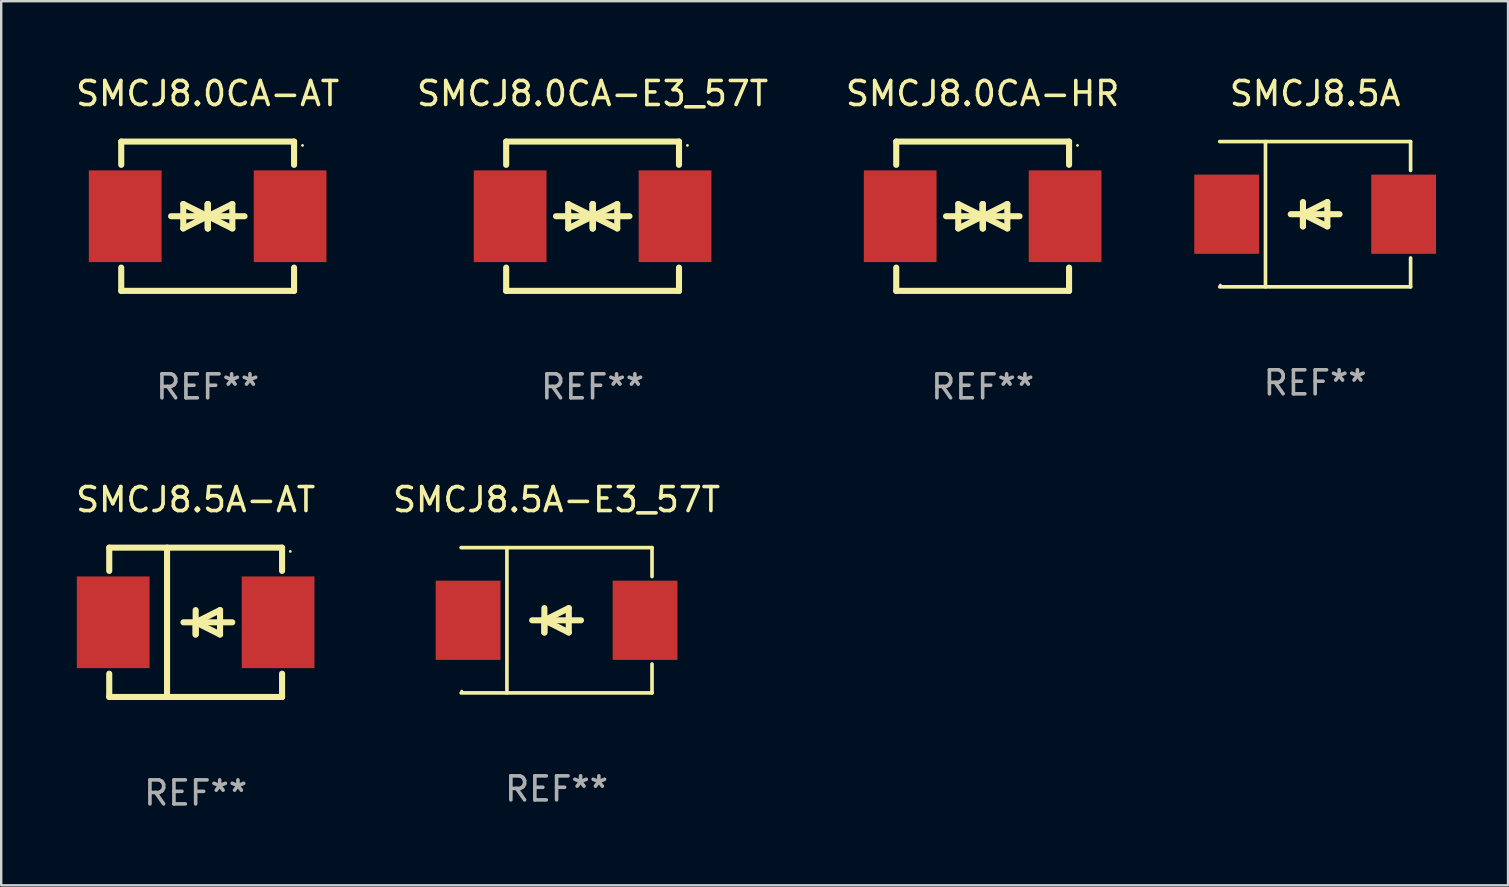
<source format=kicad_pcb>
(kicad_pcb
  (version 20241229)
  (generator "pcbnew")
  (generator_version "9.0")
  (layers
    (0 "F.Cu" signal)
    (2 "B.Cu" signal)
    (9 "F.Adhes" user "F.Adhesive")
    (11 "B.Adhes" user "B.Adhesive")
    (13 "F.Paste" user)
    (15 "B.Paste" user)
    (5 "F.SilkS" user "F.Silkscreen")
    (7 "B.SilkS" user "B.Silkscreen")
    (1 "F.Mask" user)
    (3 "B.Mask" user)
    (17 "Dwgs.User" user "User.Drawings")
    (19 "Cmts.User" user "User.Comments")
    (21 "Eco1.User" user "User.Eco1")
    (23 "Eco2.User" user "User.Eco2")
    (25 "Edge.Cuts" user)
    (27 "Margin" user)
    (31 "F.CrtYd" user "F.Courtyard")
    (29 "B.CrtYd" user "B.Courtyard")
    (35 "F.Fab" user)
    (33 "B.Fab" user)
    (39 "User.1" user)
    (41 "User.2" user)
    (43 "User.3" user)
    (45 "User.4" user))
  (footprint "SMCJ8.0CA-HR"
    (layer "F.Cu")
    (at 37.887 5.958)
    (property "Reference" "SMCJ8.0CA-HR" (at 0 -5.11 0) (layer "F.SilkS") (effects (font (size 1 1) (thickness 0.15))))
    (attr through_hole)
    (fp_line (start -3.6 -2.141) (end -3.6 -3.11) (stroke (width 0.254) (type solid)) (layer "F.SilkS"))
    (fp_line (start -3.6 3.11) (end -3.6 2.141) (stroke (width 0.254) (type solid)) (layer "F.SilkS"))
    (fp_line (start -1.524 0) (end 0.508 0) (stroke (width 0.254) (type solid)) (layer "F.SilkS"))
    (fp_line (start -1.016 -0.508) (end -1.016 0.508) (stroke (width 0.254) (type solid)) (layer "F.SilkS"))
    (fp_line (start -1.016 0.508) (end 0 0) (stroke (width 0.254) (type solid)) (layer "F.SilkS"))
    (fp_line (start 0 -0.508) (end 0 0.508) (stroke (width 0.254) (type solid)) (layer "F.SilkS"))
    (fp_line (start 0 0) (end -1.016 -0.508) (stroke (width 0.254) (type solid)) (layer "F.SilkS"))
    (fp_line (start 0 0) (end 0 -0.508) (stroke (width 0.254) (type solid)) (layer "F.SilkS"))
    (fp_line (start 0.012 0) (end 0.012 0.508) (stroke (width 0.254) (type solid)) (layer "F.SilkS"))
    (fp_line (start 0.012 0) (end 1.028 0.508) (stroke (width 0.254) (type solid)) (layer "F.SilkS"))
    (fp_line (start 0.012 0.508) (end 0.012 -0.508) (stroke (width 0.254) (type solid)) (layer "F.SilkS"))
    (fp_line (start 1.028 -0.508) (end 0.012 0) (stroke (width 0.254) (type solid)) (layer "F.SilkS"))
    (fp_line (start 1.028 0.508) (end 1.028 -0.508) (stroke (width 0.254) (type solid)) (layer "F.SilkS"))
    (fp_line (start 1.536 0) (end -0.496 0) (stroke (width 0.254) (type solid)) (layer "F.SilkS"))
    (fp_line (start 3.6 -3.11) (end -3.6 -3.11) (stroke (width 0.254) (type solid)) (layer "F.SilkS"))
    (fp_line (start 3.6 -2.141) (end 3.6 -3.11) (stroke (width 0.254) (type solid)) (layer "F.SilkS"))
    (fp_line (start 3.6 3.11) (end -3.6 3.11) (stroke (width 0.254) (type solid)) (layer "F.SilkS"))
    (fp_line (start 3.6 3.11) (end 3.6 2.141) (stroke (width 0.254) (type solid)) (layer "F.SilkS"))
    (fp_circle (center 3.952 -2.95) (end 3.982 -2.95) (stroke (width 0.06) (type solid)) (fill no) (layer "F.SilkS"))
    (fp_text user "REF**" (at 0 7.11 0) (layer "F.Fab") (effects (font (size 1 1) (thickness 0.15))))
    (pad "1" smd rect (at 3.435 0) (size 3.03 3.82) (layers "F.Cu" "F.Mask" "F.Paste"))
    (pad "2" smd rect (at -3.435 0) (size 3.03 3.82) (layers "F.Cu" "F.Mask" "F.Paste")))
  (footprint "SMCJ8.0CA-AT"
    (layer "F.Cu")
    (at 5.601 5.958)
    (property "Reference" "SMCJ8.0CA-AT" (at 0 -5.11 0) (layer "F.SilkS") (effects (font (size 1 1) (thickness 0.15))))
    (attr through_hole)
    (fp_line (start -3.6 -2.141) (end -3.6 -3.11) (stroke (width 0.254) (type solid)) (layer "F.SilkS"))
    (fp_line (start -3.6 3.11) (end -3.6 2.141) (stroke (width 0.254) (type solid)) (layer "F.SilkS"))
    (fp_line (start -1.524 0) (end 0.508 0) (stroke (width 0.254) (type solid)) (layer "F.SilkS"))
    (fp_line (start -1.016 -0.508) (end -1.016 0.508) (stroke (width 0.254) (type solid)) (layer "F.SilkS"))
    (fp_line (start -1.016 0.508) (end 0 0) (stroke (width 0.254) (type solid)) (layer "F.SilkS"))
    (fp_line (start 0 -0.508) (end 0 0.508) (stroke (width 0.254) (type solid)) (layer "F.SilkS"))
    (fp_line (start 0 0) (end -1.016 -0.508) (stroke (width 0.254) (type solid)) (layer "F.SilkS"))
    (fp_line (start 0 0) (end 0 -0.508) (stroke (width 0.254) (type solid)) (layer "F.SilkS"))
    (fp_line (start 0.012 0) (end 0.012 0.508) (stroke (width 0.254) (type solid)) (layer "F.SilkS"))
    (fp_line (start 0.012 0) (end 1.028 0.508) (stroke (width 0.254) (type solid)) (layer "F.SilkS"))
    (fp_line (start 0.012 0.508) (end 0.012 -0.508) (stroke (width 0.254) (type solid)) (layer "F.SilkS"))
    (fp_line (start 1.028 -0.508) (end 0.012 0) (stroke (width 0.254) (type solid)) (layer "F.SilkS"))
    (fp_line (start 1.028 0.508) (end 1.028 -0.508) (stroke (width 0.254) (type solid)) (layer "F.SilkS"))
    (fp_line (start 1.536 0) (end -0.496 0) (stroke (width 0.254) (type solid)) (layer "F.SilkS"))
    (fp_line (start 3.6 -3.11) (end -3.6 -3.11) (stroke (width 0.254) (type solid)) (layer "F.SilkS"))
    (fp_line (start 3.6 -2.141) (end 3.6 -3.11) (stroke (width 0.254) (type solid)) (layer "F.SilkS"))
    (fp_line (start 3.6 3.11) (end -3.6 3.11) (stroke (width 0.254) (type solid)) (layer "F.SilkS"))
    (fp_line (start 3.6 3.11) (end 3.6 2.141) (stroke (width 0.254) (type solid)) (layer "F.SilkS"))
    (fp_circle (center 3.952 -2.95) (end 3.982 -2.95) (stroke (width 0.06) (type solid)) (fill no) (layer "F.SilkS"))
    (fp_text user "REF**" (at 0 7.11 0) (layer "F.Fab") (effects (font (size 1 1) (thickness 0.15))))
    (pad "1" smd rect (at 3.435 0) (size 3.03 3.82) (layers "F.Cu" "F.Mask" "F.Paste"))
    (pad "2" smd rect (at -3.435 0) (size 3.03 3.82) (layers "F.Cu" "F.Mask" "F.Paste")))
  (footprint "SMCJ8.5A-AT"
    (layer "F.Cu")
    (at 5.101 22.875)
    (property "Reference" "SMCJ8.5A-AT" (at 0 -5.11 0) (layer "F.SilkS") (effects (font (size 1 1) (thickness 0.15))))
    (attr through_hole)
    (fp_line (start -3.6 -3.11) (end -3.6 -2.141) (stroke (width 0.254) (type solid)) (layer "F.SilkS"))
    (fp_line (start -3.6 -3.11) (end 3.6 -3.11) (stroke (width 0.254) (type solid)) (layer "F.SilkS"))
    (fp_line (start -3.6 2.141) (end -3.6 3.11) (stroke (width 0.254) (type solid)) (layer "F.SilkS"))
    (fp_line (start -3.6 3.11) (end 3.6 3.11) (stroke (width 0.254) (type solid)) (layer "F.SilkS"))
    (fp_line (start -1.192 -3.11) (end -1.192 3.11) (stroke (width 0.254) (type solid)) (layer "F.SilkS"))
    (fp_line (start 0 0) (end 0 0.508) (stroke (width 0.254) (type solid)) (layer "F.SilkS"))
    (fp_line (start 0 0) (end 1.016 0.508) (stroke (width 0.254) (type solid)) (layer "F.SilkS"))
    (fp_line (start 0 0.508) (end 0 -0.508) (stroke (width 0.254) (type solid)) (layer "F.SilkS"))
    (fp_line (start 1.016 -0.508) (end 0 0) (stroke (width 0.254) (type solid)) (layer "F.SilkS"))
    (fp_line (start 1.016 0.508) (end 1.016 -0.508) (stroke (width 0.254) (type solid)) (layer "F.SilkS"))
    (fp_line (start 1.524 0) (end -0.508 0) (stroke (width 0.254) (type solid)) (layer "F.SilkS"))
    (fp_line (start 3.6 -3.11) (end 3.6 -2.141) (stroke (width 0.254) (type solid)) (layer "F.SilkS"))
    (fp_line (start 3.6 2.141) (end 3.6 3.11) (stroke (width 0.254) (type solid)) (layer "F.SilkS"))
    (fp_circle (center 3.943 -2.952) (end 3.973 -2.952) (stroke (width 0.06) (type solid)) (fill no) (layer "F.SilkS"))
    (fp_text user "REF**" (at 0 7.11 0) (layer "F.Fab") (effects (font (size 1 1) (thickness 0.15))))
    (pad "1" smd rect (at 3.435 0 180) (size 3.03 3.82) (layers "F.Cu" "F.Mask" "F.Paste"))
    (pad "2" smd rect (at -3.435 0 180) (size 3.03 3.82) (layers "F.Cu" "F.Mask" "F.Paste")))
  (footprint "SMCJ8.0CA-E3_57T"
    (layer "F.Cu")
    (at 21.637 5.958)
    (property "Reference" "SMCJ8.0CA-E3_57T" (at 0 -5.11 0) (layer "F.SilkS") (effects (font (size 1 1) (thickness 0.15))))
    (attr through_hole)
    (fp_line (start -3.6 -2.141) (end -3.6 -3.11) (stroke (width 0.254) (type solid)) (layer "F.SilkS"))
    (fp_line (start -3.6 3.11) (end -3.6 2.141) (stroke (width 0.254) (type solid)) (layer "F.SilkS"))
    (fp_line (start -1.524 0) (end 0.508 0) (stroke (width 0.254) (type solid)) (layer "F.SilkS"))
    (fp_line (start -1.016 -0.508) (end -1.016 0.508) (stroke (width 0.254) (type solid)) (layer "F.SilkS"))
    (fp_line (start -1.016 0.508) (end 0 0) (stroke (width 0.254) (type solid)) (layer "F.SilkS"))
    (fp_line (start 0 -0.508) (end 0 0.508) (stroke (width 0.254) (type solid)) (layer "F.SilkS"))
    (fp_line (start 0 0) (end -1.016 -0.508) (stroke (width 0.254) (type solid)) (layer "F.SilkS"))
    (fp_line (start 0 0) (end 0 -0.508) (stroke (width 0.254) (type solid)) (layer "F.SilkS"))
    (fp_line (start 0.012 0) (end 0.012 0.508) (stroke (width 0.254) (type solid)) (layer "F.SilkS"))
    (fp_line (start 0.012 0) (end 1.028 0.508) (stroke (width 0.254) (type solid)) (layer "F.SilkS"))
    (fp_line (start 0.012 0.508) (end 0.012 -0.508) (stroke (width 0.254) (type solid)) (layer "F.SilkS"))
    (fp_line (start 1.028 -0.508) (end 0.012 0) (stroke (width 0.254) (type solid)) (layer "F.SilkS"))
    (fp_line (start 1.028 0.508) (end 1.028 -0.508) (stroke (width 0.254) (type solid)) (layer "F.SilkS"))
    (fp_line (start 1.536 0) (end -0.496 0) (stroke (width 0.254) (type solid)) (layer "F.SilkS"))
    (fp_line (start 3.6 -3.11) (end -3.6 -3.11) (stroke (width 0.254) (type solid)) (layer "F.SilkS"))
    (fp_line (start 3.6 -2.141) (end 3.6 -3.11) (stroke (width 0.254) (type solid)) (layer "F.SilkS"))
    (fp_line (start 3.6 3.11) (end -3.6 3.11) (stroke (width 0.254) (type solid)) (layer "F.SilkS"))
    (fp_line (start 3.6 3.11) (end 3.6 2.141) (stroke (width 0.254) (type solid)) (layer "F.SilkS"))
    (fp_circle (center 3.952 -2.95) (end 3.982 -2.95) (stroke (width 0.06) (type solid)) (fill no) (layer "F.SilkS"))
    (fp_text user "REF**" (at 0 7.11 0) (layer "F.Fab") (effects (font (size 1 1) (thickness 0.15))))
    (pad "1" smd rect (at 3.435 0) (size 3.03 3.82) (layers "F.Cu" "F.Mask" "F.Paste"))
    (pad "2" smd rect (at -3.435 0) (size 3.03 3.82) (layers "F.Cu" "F.Mask" "F.Paste")))
  (footprint "SMCJ8.5A-E3_57T"
    (layer "F.Cu")
    (at 20.137 22.791)
    (property "Reference" "SMCJ8.5A-E3_57T" (at 0 -5.026 0) (layer "F.SilkS") (effects (font (size 1 1) (thickness 0.15))))
    (attr through_hole)
    (fp_line (start -3.976 -3.026) (end 3.976 -3.026) (stroke (width 0.152) (type solid)) (layer "F.SilkS"))
    (fp_line (start -3.976 3.026) (end 3.976 3.026) (stroke (width 0.152) (type solid)) (layer "F.SilkS"))
    (fp_line (start -2.069 -3.026) (end -2.069 3.026) (stroke (width 0.152) (type solid)) (layer "F.SilkS"))
    (fp_line (start -0.508 0) (end -0.508 0.508) (stroke (width 0.254) (type solid)) (layer "F.SilkS"))
    (fp_line (start -0.508 0) (end 0.508 0.508) (stroke (width 0.254) (type solid)) (layer "F.SilkS"))
    (fp_line (start -0.508 0.508) (end -0.508 -0.508) (stroke (width 0.254) (type solid)) (layer "F.SilkS"))
    (fp_line (start 0.508 -0.508) (end -0.508 0) (stroke (width 0.254) (type solid)) (layer "F.SilkS"))
    (fp_line (start 0.508 0.508) (end 0.508 -0.508) (stroke (width 0.254) (type solid)) (layer "F.SilkS"))
    (fp_line (start 1.016 0) (end -1.016 0) (stroke (width 0.254) (type solid)) (layer "F.SilkS"))
    (fp_line (start 3.976 -3.026) (end 3.976 -1.823) (stroke (width 0.152) (type solid)) (layer "F.SilkS"))
    (fp_line (start 3.976 3.026) (end 3.976 1.823) (stroke (width 0.152) (type solid)) (layer "F.SilkS"))
    (fp_circle (center -3.95 2.95) (end -3.92 2.95) (stroke (width 0.06) (type solid)) (fill no) (layer "F.SilkS"))
    (fp_text user "REF**" (at 0 7.026 0) (layer "F.Fab") (effects (font (size 1 1) (thickness 0.15))))
    (pad "1" smd rect (at -3.686 0) (size 2.7 3.3) (layers "F.Cu" "F.Mask" "F.Paste"))
    (pad "2" smd rect (at 3.686 0) (size 2.7 3.3) (layers "F.Cu" "F.Mask" "F.Paste")))
  (footprint "SMCJ8.5A"
    (layer "F.Cu")
    (at 51.739 5.874)
    (property "Reference" "SMCJ8.5A" (at 0 -5.026 0) (layer "F.SilkS") (effects (font (size 1 1) (thickness 0.15))))
    (attr through_hole)
    (fp_line (start -3.976 -3.026) (end 3.976 -3.026) (stroke (width 0.152) (type solid)) (layer "F.SilkS"))
    (fp_line (start -3.976 3.026) (end 3.976 3.026) (stroke (width 0.152) (type solid)) (layer "F.SilkS"))
    (fp_line (start -2.069 -3.026) (end -2.069 3.026) (stroke (width 0.152) (type solid)) (layer "F.SilkS"))
    (fp_line (start -0.508 0) (end -0.508 0.508) (stroke (width 0.254) (type solid)) (layer "F.SilkS"))
    (fp_line (start -0.508 0) (end 0.508 0.508) (stroke (width 0.254) (type solid)) (layer "F.SilkS"))
    (fp_line (start -0.508 0.508) (end -0.508 -0.508) (stroke (width 0.254) (type solid)) (layer "F.SilkS"))
    (fp_line (start 0.508 -0.508) (end -0.508 0) (stroke (width 0.254) (type solid)) (layer "F.SilkS"))
    (fp_line (start 0.508 0.508) (end 0.508 -0.508) (stroke (width 0.254) (type solid)) (layer "F.SilkS"))
    (fp_line (start 1.016 0) (end -1.016 0) (stroke (width 0.254) (type solid)) (layer "F.SilkS"))
    (fp_line (start 3.976 -3.026) (end 3.976 -1.823) (stroke (width 0.152) (type solid)) (layer "F.SilkS"))
    (fp_line (start 3.976 3.026) (end 3.976 1.823) (stroke (width 0.152) (type solid)) (layer "F.SilkS"))
    (fp_circle (center -3.95 2.95) (end -3.92 2.95) (stroke (width 0.06) (type solid)) (fill no) (layer "F.SilkS"))
    (fp_text user "REF**" (at 0 7.026 0) (layer "F.Fab") (effects (font (size 1 1) (thickness 0.15))))
    (pad "1" smd rect (at -3.686 0) (size 2.7 3.3) (layers "F.Cu" "F.Mask" "F.Paste"))
    (pad "2" smd rect (at 3.686 0) (size 2.7 3.3) (layers "F.Cu" "F.Mask" "F.Paste")))
  (gr_rect
    (start -3 -3)
    (end 59.775 33.833)
    (stroke (width 0.1) (type default))
    (fill no)
    (layer "Edge.Cuts")))
</source>
